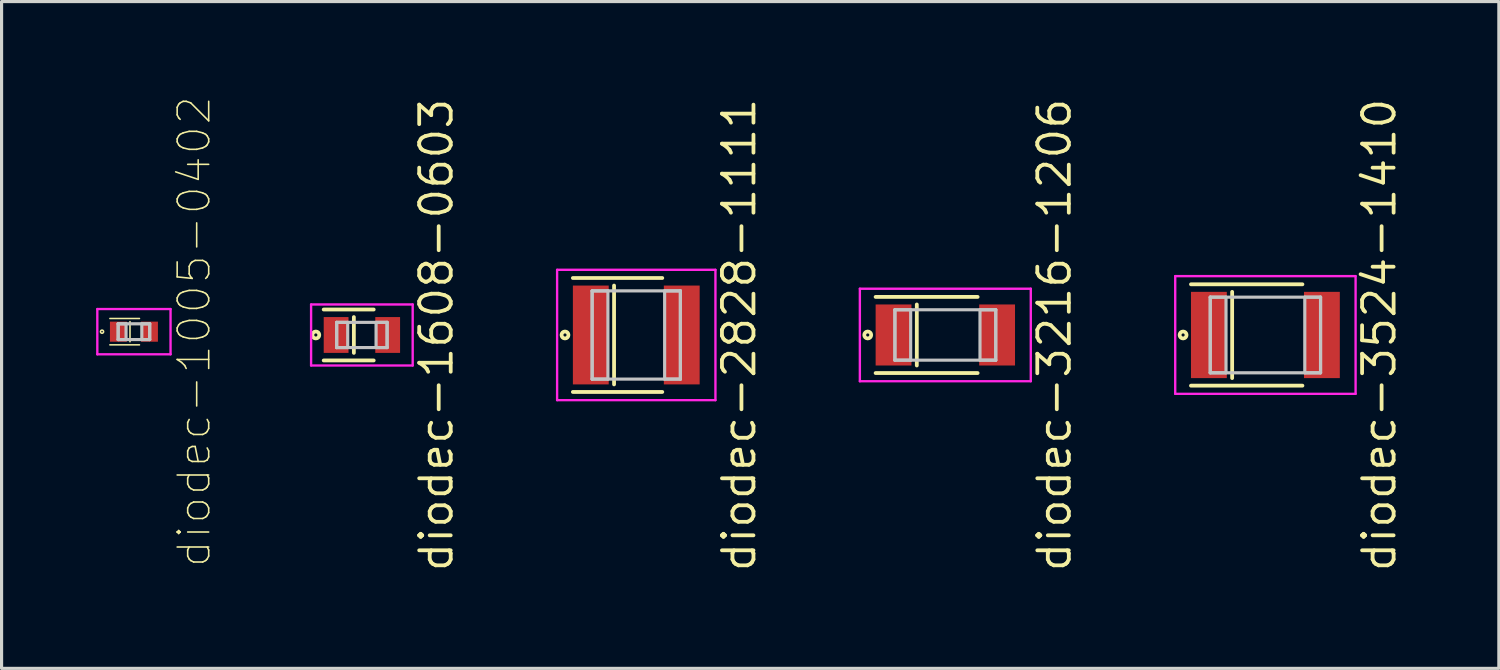
<source format=kicad_pcb>
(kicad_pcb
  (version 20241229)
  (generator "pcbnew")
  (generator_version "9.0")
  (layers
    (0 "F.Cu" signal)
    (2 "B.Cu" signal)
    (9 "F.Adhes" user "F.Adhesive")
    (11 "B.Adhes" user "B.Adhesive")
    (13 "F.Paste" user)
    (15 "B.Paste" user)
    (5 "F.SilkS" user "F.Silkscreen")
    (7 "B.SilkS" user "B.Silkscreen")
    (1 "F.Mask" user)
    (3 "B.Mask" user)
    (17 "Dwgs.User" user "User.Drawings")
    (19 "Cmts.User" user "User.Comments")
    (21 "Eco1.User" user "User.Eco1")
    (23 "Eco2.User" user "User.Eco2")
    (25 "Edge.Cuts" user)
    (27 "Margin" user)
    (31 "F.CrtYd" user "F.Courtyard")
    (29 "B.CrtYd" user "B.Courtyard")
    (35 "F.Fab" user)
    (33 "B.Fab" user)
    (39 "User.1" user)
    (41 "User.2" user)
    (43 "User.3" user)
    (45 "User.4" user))
  (footprint "diodec-3524-1410"
    (layer "F.Cu")
    (at 37.105 7.58)
    (property "Reference" "diodec-3524-1410" (at 3.612 0 90) (layer "F.SilkS") (effects (font (size 1 1) (thickness 0.12))))
    (attr through_hole)
    (fp_line (start -2.362 -1.608) (end 1.175 -1.608) (stroke (width 0.12) (type solid)) (layer "F.SilkS"))
    (fp_line (start -2.362 1.608) (end 1.175 1.608) (stroke (width 0.12) (type solid)) (layer "F.SilkS"))
    (fp_line (start -1.055 -1.368) (end -1.055 1.368) (stroke (width 0.12) (type solid)) (layer "F.SilkS"))
    (fp_circle (center -2.612 0) (end -2.562 0) (stroke (width 0.12) (type solid)) (fill no) (layer "F.SilkS"))
    (fp_line (start -1.75 -1.2) (end -1.75 1.2) (stroke (width 0.1) (type solid)) (layer "Dwgs.User"))
    (fp_line (start -1.75 -1.2) (end -1.75 1.2) (stroke (width 0.1) (type solid)) (layer "Dwgs.User"))
    (fp_line (start -1.75 1.2) (end -1.25 1.2) (stroke (width 0.1) (type solid)) (layer "Dwgs.User"))
    (fp_line (start -1.75 1.2) (end 1.75 1.2) (stroke (width 0.1) (type solid)) (layer "Dwgs.User"))
    (fp_line (start -1.25 -1.2) (end -1.75 -1.2) (stroke (width 0.1) (type solid)) (layer "Dwgs.User"))
    (fp_line (start -1.25 1.2) (end -1.25 -1.2) (stroke (width 0.1) (type solid)) (layer "Dwgs.User"))
    (fp_line (start 1.25 -1.2) (end 1.25 1.2) (stroke (width 0.1) (type solid)) (layer "Dwgs.User"))
    (fp_line (start 1.25 1.2) (end 1.75 1.2) (stroke (width 0.1) (type solid)) (layer "Dwgs.User"))
    (fp_line (start 1.75 -1.2) (end -1.75 -1.2) (stroke (width 0.1) (type solid)) (layer "Dwgs.User"))
    (fp_line (start 1.75 -1.2) (end 1.25 -1.2) (stroke (width 0.1) (type solid)) (layer "Dwgs.User"))
    (fp_line (start 1.75 1.2) (end 1.75 -1.2) (stroke (width 0.1) (type solid)) (layer "Dwgs.User"))
    (fp_line (start 1.75 1.2) (end 1.75 -1.2) (stroke (width 0.1) (type solid)) (layer "Dwgs.User"))
    (fp_line (start -2.862 -1.868) (end -2.862 1.868) (stroke (width 0.075) (type solid)) (layer "F.CrtYd"))
    (fp_line (start -2.862 1.868) (end 2.862 1.868) (stroke (width 0.075) (type solid)) (layer "F.CrtYd"))
    (fp_line (start 2.862 -1.868) (end -2.862 -1.868) (stroke (width 0.075) (type solid)) (layer "F.CrtYd"))
    (fp_line (start 2.862 1.868) (end 2.862 -1.868) (stroke (width 0.075) (type solid)) (layer "F.CrtYd"))
    (pad "1" smd rect (at -1.793 0) (size 1.137 2.737) (layers "F.Cu" "F.Mask" "F.Paste"))
    (pad "2" smd rect (at 1.793 0) (size 1.137 2.737) (layers "F.Cu" "F.Mask" "F.Paste")))
  (footprint "diodec-1608-0603"
    (layer "F.Cu")
    (at 8.434 7.58)
    (property "Reference" "diodec-1608-0603" (at 2.362 0 90) (layer "F.SilkS") (effects (font (size 1 1) (thickness 0.12))))
    (attr through_hole)
    (fp_line (start -1.212 -0.808) (end 0.375 -0.808) (stroke (width 0.12) (type solid)) (layer "F.SilkS"))
    (fp_line (start -1.212 0.808) (end 0.375 0.808) (stroke (width 0.12) (type solid)) (layer "F.SilkS"))
    (fp_line (start -0.255 -0.568) (end -0.255 0.568) (stroke (width 0.12) (type solid)) (layer "F.SilkS"))
    (fp_circle (center -1.462 0) (end -1.412 0) (stroke (width 0.12) (type solid)) (fill no) (layer "F.SilkS"))
    (fp_line (start -0.8 -0.4) (end -0.8 0.4) (stroke (width 0.1) (type solid)) (layer "Dwgs.User"))
    (fp_line (start -0.8 -0.4) (end -0.8 0.4) (stroke (width 0.1) (type solid)) (layer "Dwgs.User"))
    (fp_line (start -0.8 0.4) (end -0.45 0.4) (stroke (width 0.1) (type solid)) (layer "Dwgs.User"))
    (fp_line (start -0.8 0.4) (end 0.8 0.4) (stroke (width 0.1) (type solid)) (layer "Dwgs.User"))
    (fp_line (start -0.45 -0.4) (end -0.8 -0.4) (stroke (width 0.1) (type solid)) (layer "Dwgs.User"))
    (fp_line (start -0.45 0.4) (end -0.45 -0.4) (stroke (width 0.1) (type solid)) (layer "Dwgs.User"))
    (fp_line (start 0.45 -0.4) (end 0.45 0.4) (stroke (width 0.1) (type solid)) (layer "Dwgs.User"))
    (fp_line (start 0.45 0.4) (end 0.8 0.4) (stroke (width 0.1) (type solid)) (layer "Dwgs.User"))
    (fp_line (start 0.8 -0.4) (end -0.8 -0.4) (stroke (width 0.1) (type solid)) (layer "Dwgs.User"))
    (fp_line (start 0.8 -0.4) (end 0.45 -0.4) (stroke (width 0.1) (type solid)) (layer "Dwgs.User"))
    (fp_line (start 0.8 0.4) (end 0.8 -0.4) (stroke (width 0.1) (type solid)) (layer "Dwgs.User"))
    (fp_line (start 0.8 0.4) (end 0.8 -0.4) (stroke (width 0.1) (type solid)) (layer "Dwgs.User"))
    (fp_line (start -1.612 -0.968) (end -1.612 0.968) (stroke (width 0.075) (type solid)) (layer "F.CrtYd"))
    (fp_line (start -1.612 0.968) (end 1.612 0.968) (stroke (width 0.075) (type solid)) (layer "F.CrtYd"))
    (fp_line (start 1.612 -0.968) (end -1.612 -0.968) (stroke (width 0.075) (type solid)) (layer "F.CrtYd"))
    (fp_line (start 1.612 0.968) (end 1.612 -0.968) (stroke (width 0.075) (type solid)) (layer "F.CrtYd"))
    (pad "1" smd rect (at -0.818 0) (size 0.787 1.137) (layers "F.Cu" "F.Mask" "F.Paste"))
    (pad "2" smd rect (at 0.818 0) (size 0.787 1.137) (layers "F.Cu" "F.Mask" "F.Paste")))
  (footprint "diodec-3216-1206"
    (layer "F.Cu")
    (at 26.948 7.58)
    (property "Reference" "diodec-3216-1206" (at 3.462 0 90) (layer "F.SilkS") (effects (font (size 1 1) (thickness 0.12))))
    (attr through_hole)
    (fp_line (start -2.212 -1.208) (end 1.025 -1.208) (stroke (width 0.12) (type solid)) (layer "F.SilkS"))
    (fp_line (start -2.212 1.208) (end 1.025 1.208) (stroke (width 0.12) (type solid)) (layer "F.SilkS"))
    (fp_line (start -0.905 -0.968) (end -0.905 0.968) (stroke (width 0.12) (type solid)) (layer "F.SilkS"))
    (fp_circle (center -2.462 0) (end -2.412 0) (stroke (width 0.12) (type solid)) (fill no) (layer "F.SilkS"))
    (fp_line (start -1.6 -0.8) (end -1.6 0.8) (stroke (width 0.1) (type solid)) (layer "Dwgs.User"))
    (fp_line (start -1.6 -0.8) (end -1.6 0.8) (stroke (width 0.1) (type solid)) (layer "Dwgs.User"))
    (fp_line (start -1.6 0.8) (end -1.1 0.8) (stroke (width 0.1) (type solid)) (layer "Dwgs.User"))
    (fp_line (start -1.6 0.8) (end 1.6 0.8) (stroke (width 0.1) (type solid)) (layer "Dwgs.User"))
    (fp_line (start -1.1 -0.8) (end -1.6 -0.8) (stroke (width 0.1) (type solid)) (layer "Dwgs.User"))
    (fp_line (start -1.1 0.8) (end -1.1 -0.8) (stroke (width 0.1) (type solid)) (layer "Dwgs.User"))
    (fp_line (start 1.1 -0.8) (end 1.1 0.8) (stroke (width 0.1) (type solid)) (layer "Dwgs.User"))
    (fp_line (start 1.1 0.8) (end 1.6 0.8) (stroke (width 0.1) (type solid)) (layer "Dwgs.User"))
    (fp_line (start 1.6 -0.8) (end -1.6 -0.8) (stroke (width 0.1) (type solid)) (layer "Dwgs.User"))
    (fp_line (start 1.6 -0.8) (end 1.1 -0.8) (stroke (width 0.1) (type solid)) (layer "Dwgs.User"))
    (fp_line (start 1.6 0.8) (end 1.6 -0.8) (stroke (width 0.1) (type solid)) (layer "Dwgs.User"))
    (fp_line (start 1.6 0.8) (end 1.6 -0.8) (stroke (width 0.1) (type solid)) (layer "Dwgs.User"))
    (fp_line (start -2.712 -1.468) (end -2.712 1.468) (stroke (width 0.075) (type solid)) (layer "F.CrtYd"))
    (fp_line (start -2.712 1.468) (end 2.712 1.468) (stroke (width 0.075) (type solid)) (layer "F.CrtYd"))
    (fp_line (start 2.712 -1.468) (end -2.712 -1.468) (stroke (width 0.075) (type solid)) (layer "F.CrtYd"))
    (fp_line (start 2.712 1.468) (end 2.712 -1.468) (stroke (width 0.075) (type solid)) (layer "F.CrtYd"))
    (pad "1" smd rect (at -1.643 0) (size 1.137 1.937) (layers "F.Cu" "F.Mask" "F.Paste"))
    (pad "2" smd rect (at 1.643 0) (size 1.137 1.937) (layers "F.Cu" "F.Mask" "F.Paste")))
  (footprint "diodec-2828-1111"
    (layer "F.Cu")
    (at 17.141 7.58)
    (property "Reference" "diodec-2828-1111" (at 3.262 0 90) (layer "F.SilkS") (effects (font (size 1 1) (thickness 0.12))))
    (attr through_hole)
    (fp_line (start -2.012 -1.808) (end 0.825 -1.808) (stroke (width 0.12) (type solid)) (layer "F.SilkS"))
    (fp_line (start -2.012 1.808) (end 0.825 1.808) (stroke (width 0.12) (type solid)) (layer "F.SilkS"))
    (fp_line (start -0.705 -1.568) (end -0.705 1.568) (stroke (width 0.12) (type solid)) (layer "F.SilkS"))
    (fp_circle (center -2.262 0) (end -2.212 0) (stroke (width 0.12) (type solid)) (fill no) (layer "F.SilkS"))
    (fp_line (start -1.4 -1.4) (end -1.4 1.4) (stroke (width 0.1) (type solid)) (layer "Dwgs.User"))
    (fp_line (start -1.4 -1.4) (end -1.4 1.4) (stroke (width 0.1) (type solid)) (layer "Dwgs.User"))
    (fp_line (start -1.4 1.4) (end -0.9 1.4) (stroke (width 0.1) (type solid)) (layer "Dwgs.User"))
    (fp_line (start -1.4 1.4) (end 1.4 1.4) (stroke (width 0.1) (type solid)) (layer "Dwgs.User"))
    (fp_line (start -0.9 -1.4) (end -1.4 -1.4) (stroke (width 0.1) (type solid)) (layer "Dwgs.User"))
    (fp_line (start -0.9 1.4) (end -0.9 -1.4) (stroke (width 0.1) (type solid)) (layer "Dwgs.User"))
    (fp_line (start 0.9 -1.4) (end 0.9 1.4) (stroke (width 0.1) (type solid)) (layer "Dwgs.User"))
    (fp_line (start 0.9 1.4) (end 1.4 1.4) (stroke (width 0.1) (type solid)) (layer "Dwgs.User"))
    (fp_line (start 1.4 -1.4) (end -1.4 -1.4) (stroke (width 0.1) (type solid)) (layer "Dwgs.User"))
    (fp_line (start 1.4 -1.4) (end 0.9 -1.4) (stroke (width 0.1) (type solid)) (layer "Dwgs.User"))
    (fp_line (start 1.4 1.4) (end 1.4 -1.4) (stroke (width 0.1) (type solid)) (layer "Dwgs.User"))
    (fp_line (start 1.4 1.4) (end 1.4 -1.4) (stroke (width 0.1) (type solid)) (layer "Dwgs.User"))
    (fp_line (start -2.512 -2.068) (end -2.512 2.068) (stroke (width 0.075) (type solid)) (layer "F.CrtYd"))
    (fp_line (start -2.512 2.068) (end 2.512 2.068) (stroke (width 0.075) (type solid)) (layer "F.CrtYd"))
    (fp_line (start 2.512 -2.068) (end -2.512 -2.068) (stroke (width 0.075) (type solid)) (layer "F.CrtYd"))
    (fp_line (start 2.512 2.068) (end 2.512 -2.068) (stroke (width 0.075) (type solid)) (layer "F.CrtYd"))
    (pad "1" smd rect (at -1.443 0) (size 1.137 3.137) (layers "F.Cu" "F.Mask" "F.Paste"))
    (pad "2" smd rect (at 1.443 0) (size 1.137 3.137) (layers "F.Cu" "F.Mask" "F.Paste")))
  (footprint "diodec-1005-0402"
    (layer "F.Cu")
    (at 1.2 7.475)
    (property "Reference" "diodec-1005-0402" (at 1.912 0 90) (layer "F.SilkS") (effects (font (size 1 1) (thickness 0.05))))
    (attr through_hole)
    (fp_line (start -0.762 -0.418) (end 0.175 -0.418) (stroke (width 0.05) (type solid)) (layer "F.SilkS"))
    (fp_line (start -0.762 0.418) (end 0.175 0.418) (stroke (width 0.05) (type solid)) (layer "F.SilkS"))
    (fp_line (start -0.125 -0.318) (end -0.125 0.318) (stroke (width 0.05) (type solid)) (layer "F.SilkS"))
    (fp_circle (center -1.012 0) (end -0.962 0) (stroke (width 0.05) (type solid)) (fill no) (layer "F.SilkS"))
    (fp_line (start -0.5 -0.25) (end -0.5 0.25) (stroke (width 0.1) (type solid)) (layer "Dwgs.User"))
    (fp_line (start -0.5 -0.25) (end -0.5 0.25) (stroke (width 0.1) (type solid)) (layer "Dwgs.User"))
    (fp_line (start -0.5 0.25) (end -0.25 0.25) (stroke (width 0.1) (type solid)) (layer "Dwgs.User"))
    (fp_line (start -0.5 0.25) (end 0.5 0.25) (stroke (width 0.1) (type solid)) (layer "Dwgs.User"))
    (fp_line (start -0.25 -0.25) (end -0.5 -0.25) (stroke (width 0.1) (type solid)) (layer "Dwgs.User"))
    (fp_line (start -0.25 0.25) (end -0.25 -0.25) (stroke (width 0.1) (type solid)) (layer "Dwgs.User"))
    (fp_line (start 0.25 -0.25) (end 0.25 0.25) (stroke (width 0.1) (type solid)) (layer "Dwgs.User"))
    (fp_line (start 0.25 0.25) (end 0.5 0.25) (stroke (width 0.1) (type solid)) (layer "Dwgs.User"))
    (fp_line (start 0.5 -0.25) (end -0.5 -0.25) (stroke (width 0.1) (type solid)) (layer "Dwgs.User"))
    (fp_line (start 0.5 -0.25) (end 0.25 -0.25) (stroke (width 0.1) (type solid)) (layer "Dwgs.User"))
    (fp_line (start 0.5 0.25) (end 0.5 -0.25) (stroke (width 0.1) (type solid)) (layer "Dwgs.User"))
    (fp_line (start 0.5 0.25) (end 0.5 -0.25) (stroke (width 0.1) (type solid)) (layer "Dwgs.User"))
    (fp_line (start -1.162 -0.718) (end -1.162 0.718) (stroke (width 0.075) (type solid)) (layer "F.CrtYd"))
    (fp_line (start -1.162 0.718) (end 1.162 0.718) (stroke (width 0.075) (type solid)) (layer "F.CrtYd"))
    (fp_line (start 1.162 -0.718) (end -1.162 -0.718) (stroke (width 0.075) (type solid)) (layer "F.CrtYd"))
    (fp_line (start 1.162 0.718) (end 1.162 -0.718) (stroke (width 0.075) (type solid)) (layer "F.CrtYd"))
    (pad "1" smd rect (at -0.493 0) (size 0.537 0.637) (layers "F.Cu" "F.Mask" "F.Paste"))
    (pad "2" smd rect (at 0.493 0) (size 0.537 0.637) (layers "F.Cu" "F.Mask" "F.Paste")))
  (gr_rect
    (start -3 -3)
    (end 44.513 18.16)
    (stroke (width 0.1) (type default))
    (fill no)
    (layer "Edge.Cuts")))
</source>
